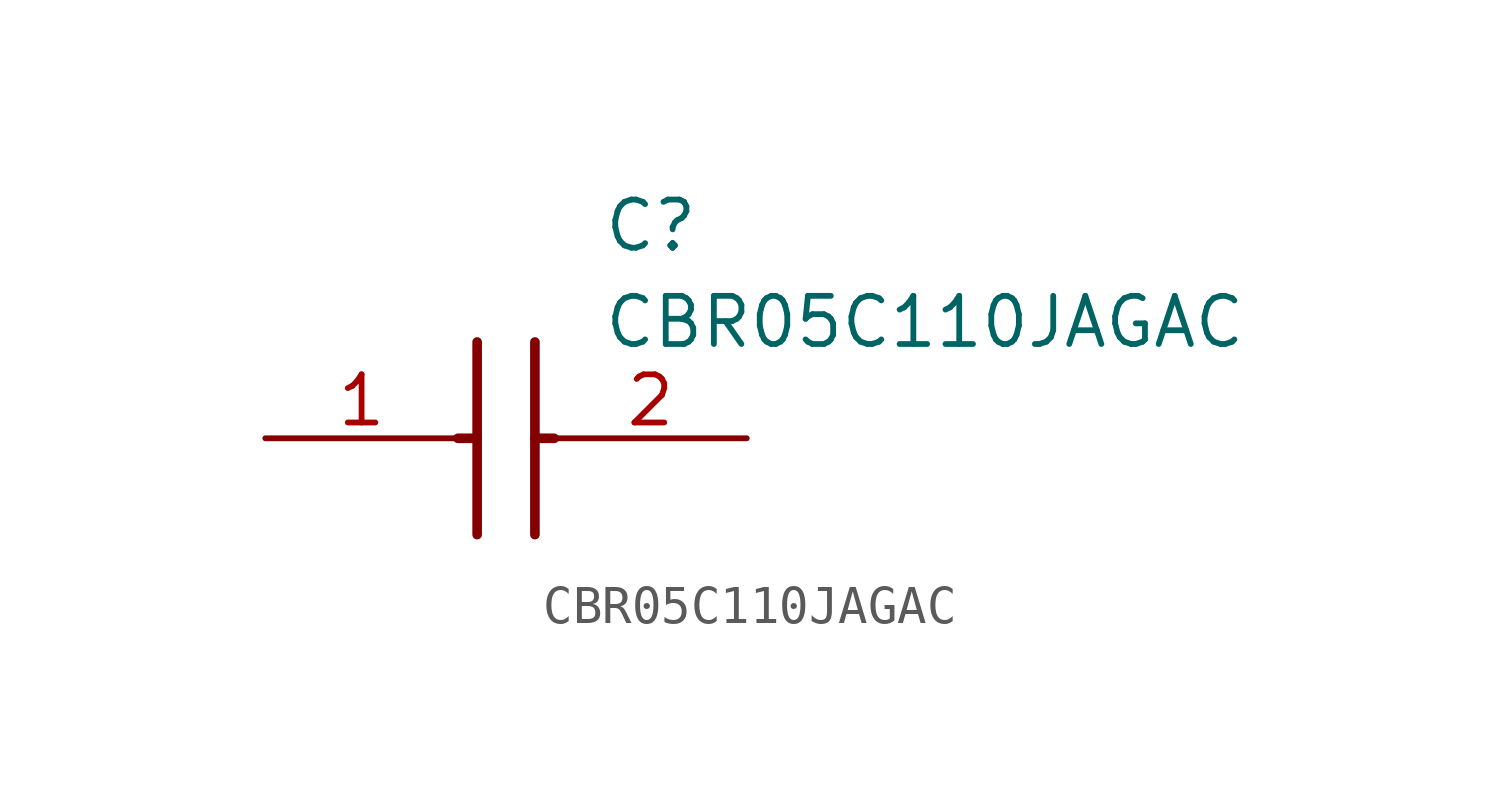
<source format=kicad_sym>
(kicad_symbol_lib
  (version 20211014)
  (generator SamacSys_ECAD_Model)
  (symbol "CBR05C110JAGAC"
    (pin_names hide)
    (property "Reference" "C"
      (at 8.89 6.35 0)
      (effects (font (size 1.27 1.27)) (justify left top)))
    (property "Value" "CBR05C110JAGAC"
      (at 8.89 3.81 0)
      (effects (font (size 1.27 1.27)) (justify left top)))
    (polyline
      (pts (xy 5.588 2.54) (xy 5.588 -2.54))
      (stroke (width 0.254) (type default))
      (fill (type none)))
    (polyline
      (pts (xy 7.112 2.54) (xy 7.112 -2.54))
      (stroke (width 0.254) (type default))
      (fill (type none)))
    (polyline
      (pts (xy 5.08 0) (xy 5.588 0))
      (stroke (width 0.254) (type default))
      (fill (type none)))
    (polyline
      (pts (xy 7.112 0) (xy 7.62 0))
      (stroke (width 0.254) (type default))
      (fill (type none)))
    (pin passive line
      (at 0 0 0)
      (length 5.08)
      (name "1" (effects (font (size 1.27 1.27))))
      (number "1" (effects (font (size 1.27 1.27)))))
    (pin passive line
      (at 12.7 0 180)
      (length 5.08)
      (name "2" (effects (font (size 1.27 1.27))))
      (number "2" (effects (font (size 1.27 1.27)))))))
</source>
